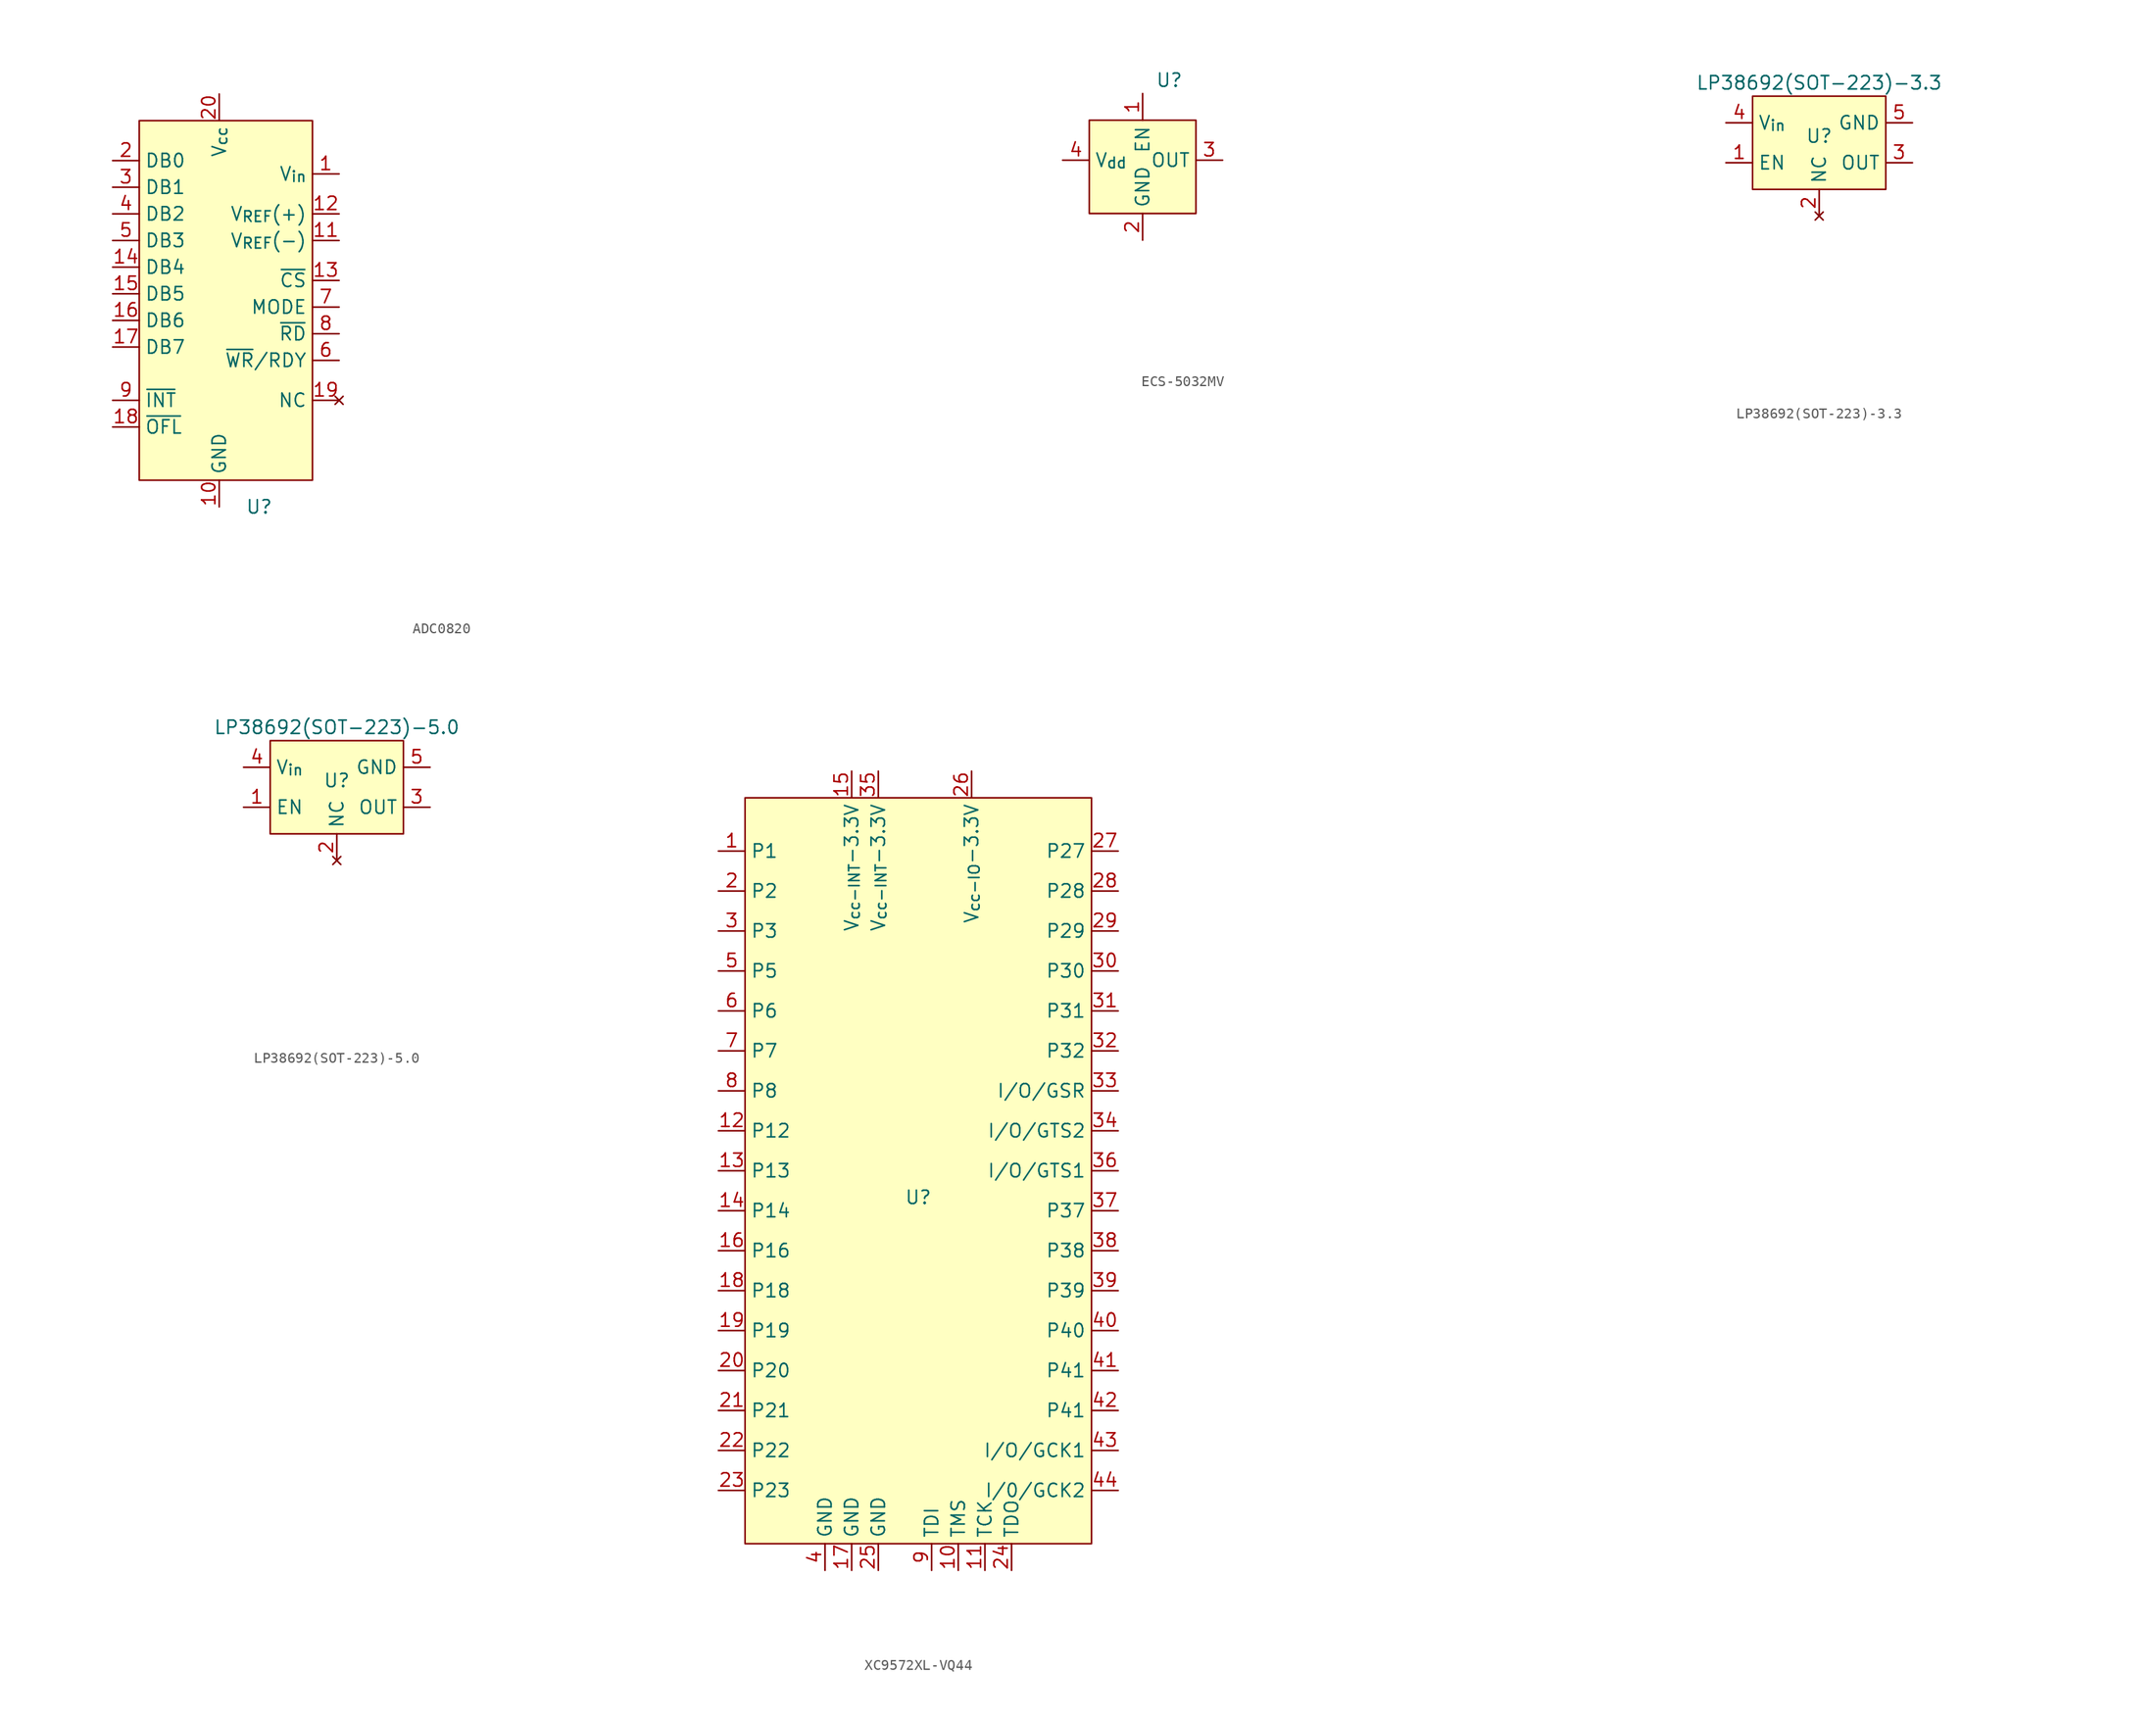
<source format=kicad_sym>
(kicad_symbol_lib
  (version 20220914)
  (generator kicad_symbol_editor)
  (symbol "ADC0820"
    (property "Reference" "U"
      (at 3.81 -12.7 0)
      (effects (font (size 1.27 1.27))))
    (property "Value" ""
      (at 5.08 -1.27 0)
      (effects (font (size 1.27 1.27))))
    (symbol "ADC0820_1_1"
      (rectangle (start -7.62 24.13) (end 8.89 -10.16) (stroke (width 0) (type default)) (fill (type background)))
      (text private "https://www.ti.com/lit/ds/symlink/adc0820-n.pdf" (at 27.94 -17.78 0) (effects (font (size 1.27 1.27))))
      (pin input line (at 11.43 19.05 180) (length 2.54) (name "V_{in}" (effects (font (size 1.27 1.27)))) (number "1" (effects (font (size 1.27 1.27)))))
      (pin input line (at 0 -12.7 90) (length 2.54) (name "GND" (effects (font (size 1.27 1.27)))) (number "10" (effects (font (size 1.27 1.27)))))
      (pin input line (at 11.43 12.7 180) (length 2.54) (name "V_{REF}(-)" (effects (font (size 1.27 1.27)))) (number "11" (effects (font (size 1.27 1.27)))))
      (pin input line (at 11.43 15.24 180) (length 2.54) (name "V_{REF}(+)" (effects (font (size 1.27 1.27)))) (number "12" (effects (font (size 1.27 1.27)))))
      (pin input line (at 11.43 8.89 180) (length 2.54) (name "~{CS}" (effects (font (size 1.27 1.27)))) (number "13" (effects (font (size 1.27 1.27)))))
      (pin output line (at -10.16 10.16 0) (length 2.54) (name "DB4" (effects (font (size 1.27 1.27)))) (number "14" (effects (font (size 1.27 1.27)))))
      (pin output line (at -10.16 7.62 0) (length 2.54) (name "DB5" (effects (font (size 1.27 1.27)))) (number "15" (effects (font (size 1.27 1.27)))))
      (pin output line (at -10.16 5.08 0) (length 2.54) (name "DB6" (effects (font (size 1.27 1.27)))) (number "16" (effects (font (size 1.27 1.27)))))
      (pin output line (at -10.16 2.54 0) (length 2.54) (name "DB7" (effects (font (size 1.27 1.27)))) (number "17" (effects (font (size 1.27 1.27)))))
      (pin output line (at -10.16 -5.08 0) (length 2.54) (name "~{OFL}" (effects (font (size 1.27 1.27)))) (number "18" (effects (font (size 1.27 1.27)))))
      (pin no_connect line (at 11.43 -2.54 180) (length 2.54) (name "NC" (effects (font (size 1.27 1.27)))) (number "19" (effects (font (size 1.27 1.27)))))
      (pin output line (at -10.16 20.32 0) (length 2.54) (name "DB0" (effects (font (size 1.27 1.27)))) (number "2" (effects (font (size 1.27 1.27)))))
      (pin power_in line (at 0 26.67 270) (length 2.54) (name "V_{cc}" (effects (font (size 1.27 1.27)))) (number "20" (effects (font (size 1.27 1.27)))))
      (pin output line (at -10.16 17.78 0) (length 2.54) (name "DB1" (effects (font (size 1.27 1.27)))) (number "3" (effects (font (size 1.27 1.27)))))
      (pin output line (at -10.16 15.24 0) (length 2.54) (name "DB2" (effects (font (size 1.27 1.27)))) (number "4" (effects (font (size 1.27 1.27)))))
      (pin output line (at -10.16 12.7 0) (length 2.54) (name "DB3" (effects (font (size 1.27 1.27)))) (number "5" (effects (font (size 1.27 1.27)))))
      (pin input line (at 11.43 1.27 180) (length 2.54) (name "~{WR}/RDY" (effects (font (size 1.27 1.27)))) (number "6" (effects (font (size 1.27 1.27)))))
      (pin input line (at 11.43 6.35 180) (length 2.54) (name "MODE" (effects (font (size 1.27 1.27)))) (number "7" (effects (font (size 1.27 1.27)))))
      (pin input line (at 11.43 3.81 180) (length 2.54) (name "~{RD}" (effects (font (size 1.27 1.27)))) (number "8" (effects (font (size 1.27 1.27)))))
      (pin output line (at -10.16 -2.54 0) (length 2.54) (name "~{INT}" (effects (font (size 1.27 1.27)))) (number "9" (effects (font (size 1.27 1.27)))))))
  (symbol "ECS-5032MV"
    (property "Reference" "U"
      (at 2.54 7.62 0)
      (effects (font (size 1.27 1.27))))
    (property "Value" ""
      (at 2.54 -1.27 0)
      (effects (font (size 1.27 1.27))))
    (symbol "ECS-5032MV_1_1"
      (rectangle (start -5.08 3.81) (end 5.08 -5.08) (stroke (width 0) (type default)) (fill (type background)))
      (text private "https://ecsxtal.com/store/pdf/ECS-5032MV.pdf" (at 3.81 -16.51 0) (effects (font (size 1.27 1.27))))
      (pin tri_state line (at 0 6.35 270) (length 2.54) (name "EN" (effects (font (size 1.27 1.27)))) (number "1" (effects (font (size 1.27 1.27)))))
      (pin input line (at 0 -7.62 90) (length 2.54) (name "GND" (effects (font (size 1.27 1.27)))) (number "2" (effects (font (size 1.27 1.27)))))
      (pin output line (at 7.62 0 180) (length 2.54) (name "OUT" (effects (font (size 1.27 1.27)))) (number "3" (effects (font (size 1.27 1.27)))))
      (pin power_in line (at -7.62 0 0) (length 2.54) (name "V_{dd}" (effects (font (size 1.27 1.27)))) (number "4" (effects (font (size 1.27 1.27)))))))
  (symbol "LP38692(SOT-223)-3.3"
    (property "Reference" "U"
      (at 0 1.27 0)
      (effects (font (size 1.27 1.27))))
    (property "Value" "LP38692(SOT-223)-3.3"
      (at 0 6.35 0)
      (effects (font (size 1.27 1.27))))
    (symbol "LP38692(SOT-223)-3.3_1_1"
      (rectangle (start -6.35 5.08) (end 6.35 -3.81) (stroke (width 0) (type default)) (fill (type background)))
      (text private "https://www.ti.com/lit/ds/symlink/lp38692.pdf" (at 0 -20.32 0) (effects (font (size 1.27 1.27))))
      (pin input line (at -8.89 -1.27 0) (length 2.54) (name "EN" (effects (font (size 1.27 1.27)))) (number "1" (effects (font (size 1.27 1.27)))))
      (pin no_connect line (at 0 -6.35 90) (length 2.54) (name "NC" (effects (font (size 1.27 1.27)))) (number "2" (effects (font (size 1.27 1.27)))))
      (pin power_out line (at 8.89 -1.27 180) (length 2.54) (name "OUT" (effects (font (size 1.27 1.27)))) (number "3" (effects (font (size 1.27 1.27)))))
      (pin power_in line (at -8.89 2.54 0) (length 2.54) (name "V_{in}" (effects (font (size 1.27 1.27)))) (number "4" (effects (font (size 1.27 1.27)))))
      (pin input line (at 8.89 2.54 180) (length 2.54) (name "GND" (effects (font (size 1.27 1.27)))) (number "5" (effects (font (size 1.27 1.27)))))))
  (symbol "LP38692(SOT-223)-5.0"
    (property "Reference" "U"
      (at 0 1.27 0)
      (effects (font (size 1.27 1.27))))
    (property "Value" "LP38692(SOT-223)-5.0"
      (at 0 6.35 0)
      (effects (font (size 1.27 1.27))))
    (symbol "LP38692(SOT-223)-5.0_1_1"
      (rectangle (start -6.35 5.08) (end 6.35 -3.81) (stroke (width 0) (type default)) (fill (type background)))
      (text private "https://www.ti.com/lit/ds/symlink/lp38692.pdf" (at 0 -20.32 0) (effects (font (size 1.27 1.27))))
      (pin input line (at -8.89 -1.27 0) (length 2.54) (name "EN" (effects (font (size 1.27 1.27)))) (number "1" (effects (font (size 1.27 1.27)))))
      (pin no_connect line (at 0 -6.35 90) (length 2.54) (name "NC" (effects (font (size 1.27 1.27)))) (number "2" (effects (font (size 1.27 1.27)))))
      (pin power_out line (at 8.89 -1.27 180) (length 2.54) (name "OUT" (effects (font (size 1.27 1.27)))) (number "3" (effects (font (size 1.27 1.27)))))
      (pin power_in line (at -8.89 2.54 0) (length 2.54) (name "V_{in}" (effects (font (size 1.27 1.27)))) (number "4" (effects (font (size 1.27 1.27)))))
      (pin input line (at 8.89 2.54 180) (length 2.54) (name "GND" (effects (font (size 1.27 1.27)))) (number "5" (effects (font (size 1.27 1.27)))))))
  (symbol "XC9572XL-VQ44"
    (property "Reference" "U"
      (at -2.54 -12.7 0)
      (effects (font (size 1.27 1.27))))
    (property "Value" ""
      (at 0 0 0)
      (effects (font (size 1.27 1.27))))
    (symbol "XC9572XL-VQ44_1_1"
      (rectangle (start -19.05 25.4) (end 13.97 -45.72) (stroke (width 0) (type default)) (fill (type background)))
      (pin bidirectional line (at -21.59 20.32 0) (length 2.54) (name "P1" (effects (font (size 1.27 1.27)))) (number "1" (effects (font (size 1.27 1.27)))))
      (pin bidirectional line (at 1.27 -48.26 90) (length 2.54) (name "TMS" (effects (font (size 1.27 1.27)))) (number "10" (effects (font (size 1.27 1.27)))))
      (pin bidirectional line (at 3.81 -48.26 90) (length 2.54) (name "TCK" (effects (font (size 1.27 1.27)))) (number "11" (effects (font (size 1.27 1.27)))))
      (pin bidirectional line (at -21.59 -6.35 0) (length 2.54) (name "P12" (effects (font (size 1.27 1.27)))) (number "12" (effects (font (size 1.27 1.27)))))
      (pin bidirectional line (at -21.59 -10.16 0) (length 2.54) (name "P13" (effects (font (size 1.27 1.27)))) (number "13" (effects (font (size 1.27 1.27)))))
      (pin bidirectional line (at -21.59 -13.97 0) (length 2.54) (name "P14" (effects (font (size 1.27 1.27)))) (number "14" (effects (font (size 1.27 1.27)))))
      (pin power_in line (at -8.89 27.94 270) (length 2.54) (name "V_{cc-INT}-3.3V" (effects (font (size 1.27 1.27)))) (number "15" (effects (font (size 1.27 1.27)))))
      (pin bidirectional line (at -21.59 -17.78 0) (length 2.54) (name "P16" (effects (font (size 1.27 1.27)))) (number "16" (effects (font (size 1.27 1.27)))))
      (pin input line (at -8.89 -48.26 90) (length 2.54) (name "GND" (effects (font (size 1.27 1.27)))) (number "17" (effects (font (size 1.27 1.27)))))
      (pin bidirectional line (at -21.59 -21.59 0) (length 2.54) (name "P18" (effects (font (size 1.27 1.27)))) (number "18" (effects (font (size 1.27 1.27)))))
      (pin bidirectional line (at -21.59 -25.4 0) (length 2.54) (name "P19" (effects (font (size 1.27 1.27)))) (number "19" (effects (font (size 1.27 1.27)))))
      (pin bidirectional line (at -21.59 16.51 0) (length 2.54) (name "P2" (effects (font (size 1.27 1.27)))) (number "2" (effects (font (size 1.27 1.27)))))
      (pin bidirectional line (at -21.59 -29.21 0) (length 2.54) (name "P20" (effects (font (size 1.27 1.27)))) (number "20" (effects (font (size 1.27 1.27)))))
      (pin bidirectional line (at -21.59 -33.02 0) (length 2.54) (name "P21" (effects (font (size 1.27 1.27)))) (number "21" (effects (font (size 1.27 1.27)))))
      (pin bidirectional line (at -21.59 -36.83 0) (length 2.54) (name "P22" (effects (font (size 1.27 1.27)))) (number "22" (effects (font (size 1.27 1.27)))))
      (pin bidirectional line (at -21.59 -40.64 0) (length 2.54) (name "P23" (effects (font (size 1.27 1.27)))) (number "23" (effects (font (size 1.27 1.27)))))
      (pin bidirectional line (at 6.35 -48.26 90) (length 2.54) (name "TDO" (effects (font (size 1.27 1.27)))) (number "24" (effects (font (size 1.27 1.27)))))
      (pin input line (at -6.35 -48.26 90) (length 2.54) (name "GND" (effects (font (size 1.27 1.27)))) (number "25" (effects (font (size 1.27 1.27)))))
      (pin power_in line (at 2.54 27.94 270) (length 2.54) (name "V_{cc-IO}-3.3V" (effects (font (size 1.27 1.27)))) (number "26" (effects (font (size 1.27 1.27)))))
      (pin bidirectional line (at 16.51 20.32 180) (length 2.54) (name "P27" (effects (font (size 1.27 1.27)))) (number "27" (effects (font (size 1.27 1.27)))))
      (pin bidirectional line (at 16.51 16.51 180) (length 2.54) (name "P28" (effects (font (size 1.27 1.27)))) (number "28" (effects (font (size 1.27 1.27)))))
      (pin bidirectional line (at 16.51 12.7 180) (length 2.54) (name "P29" (effects (font (size 1.27 1.27)))) (number "29" (effects (font (size 1.27 1.27)))))
      (pin bidirectional line (at -21.59 12.7 0) (length 2.54) (name "P3" (effects (font (size 1.27 1.27)))) (number "3" (effects (font (size 1.27 1.27)))))
      (pin bidirectional line (at 16.51 8.89 180) (length 2.54) (name "P30" (effects (font (size 1.27 1.27)))) (number "30" (effects (font (size 1.27 1.27)))))
      (pin bidirectional line (at 16.51 5.08 180) (length 2.54) (name "P31" (effects (font (size 1.27 1.27)))) (number "31" (effects (font (size 1.27 1.27)))))
      (pin bidirectional line (at 16.51 1.27 180) (length 2.54) (name "P32" (effects (font (size 1.27 1.27)))) (number "32" (effects (font (size 1.27 1.27)))))
      (pin bidirectional line (at 16.51 -2.54 180) (length 2.54) (name "I/O/GSR" (effects (font (size 1.27 1.27)))) (number "33" (effects (font (size 1.27 1.27)))))
      (pin bidirectional line (at 16.51 -6.35 180) (length 2.54) (name "I/O/GTS2" (effects (font (size 1.27 1.27)))) (number "34" (effects (font (size 1.27 1.27)))))
      (pin power_in line (at -6.35 27.94 270) (length 2.54) (name "V_{cc-INT}-3.3V" (effects (font (size 1.27 1.27)))) (number "35" (effects (font (size 1.27 1.27)))))
      (pin bidirectional line (at 16.51 -10.16 180) (length 2.54) (name "I/O/GTS1" (effects (font (size 1.27 1.27)))) (number "36" (effects (font (size 1.27 1.27)))))
      (pin bidirectional line (at 16.51 -13.97 180) (length 2.54) (name "P37" (effects (font (size 1.27 1.27)))) (number "37" (effects (font (size 1.27 1.27)))))
      (pin bidirectional line (at 16.51 -17.78 180) (length 2.54) (name "P38" (effects (font (size 1.27 1.27)))) (number "38" (effects (font (size 1.27 1.27)))))
      (pin bidirectional line (at 16.51 -21.59 180) (length 2.54) (name "P39" (effects (font (size 1.27 1.27)))) (number "39" (effects (font (size 1.27 1.27)))))
      (pin input line (at -11.43 -48.26 90) (length 2.54) (name "GND" (effects (font (size 1.27 1.27)))) (number "4" (effects (font (size 1.27 1.27)))))
      (pin bidirectional line (at 16.51 -25.4 180) (length 2.54) (name "P40" (effects (font (size 1.27 1.27)))) (number "40" (effects (font (size 1.27 1.27)))))
      (pin bidirectional line (at 16.51 -29.21 180) (length 2.54) (name "P41" (effects (font (size 1.27 1.27)))) (number "41" (effects (font (size 1.27 1.27)))))
      (pin bidirectional line (at 16.51 -33.02 180) (length 2.54) (name "P41" (effects (font (size 1.27 1.27)))) (number "42" (effects (font (size 1.27 1.27)))))
      (pin bidirectional line (at 16.51 -36.83 180) (length 2.54) (name "I/O/GCK1" (effects (font (size 1.27 1.27)))) (number "43" (effects (font (size 1.27 1.27)))))
      (pin bidirectional line (at 16.51 -40.64 180) (length 2.54) (name "I/0/GCK2" (effects (font (size 1.27 1.27)))) (number "44" (effects (font (size 1.27 1.27)))))
      (pin bidirectional line (at -21.59 8.89 0) (length 2.54) (name "P5" (effects (font (size 1.27 1.27)))) (number "5" (effects (font (size 1.27 1.27)))))
      (pin bidirectional line (at -21.59 5.08 0) (length 2.54) (name "P6" (effects (font (size 1.27 1.27)))) (number "6" (effects (font (size 1.27 1.27)))))
      (pin bidirectional line (at -21.59 1.27 0) (length 2.54) (name "P7" (effects (font (size 1.27 1.27)))) (number "7" (effects (font (size 1.27 1.27)))))
      (pin bidirectional line (at -21.59 -2.54 0) (length 2.54) (name "P8" (effects (font (size 1.27 1.27)))) (number "8" (effects (font (size 1.27 1.27)))))
      (pin bidirectional line (at -1.27 -48.26 90) (length 2.54) (name "TDI" (effects (font (size 1.27 1.27)))) (number "9" (effects (font (size 1.27 1.27))))))))
</source>
